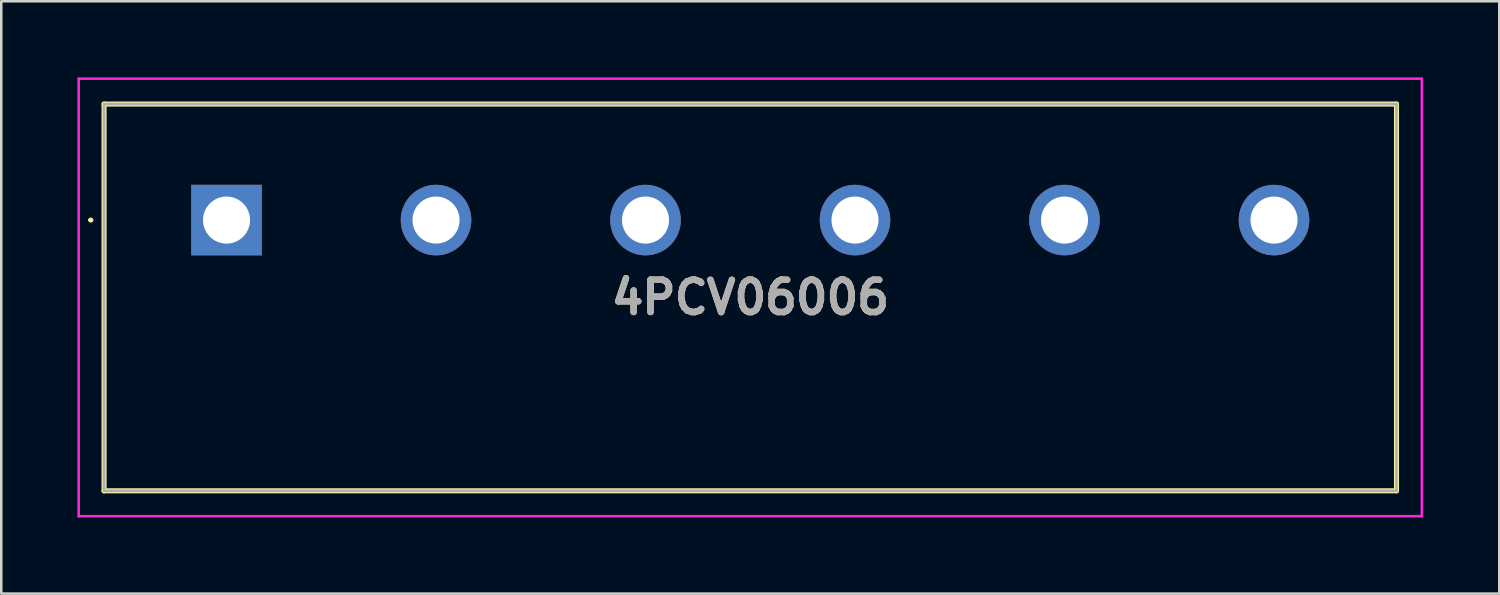
<source format=kicad_pcb>
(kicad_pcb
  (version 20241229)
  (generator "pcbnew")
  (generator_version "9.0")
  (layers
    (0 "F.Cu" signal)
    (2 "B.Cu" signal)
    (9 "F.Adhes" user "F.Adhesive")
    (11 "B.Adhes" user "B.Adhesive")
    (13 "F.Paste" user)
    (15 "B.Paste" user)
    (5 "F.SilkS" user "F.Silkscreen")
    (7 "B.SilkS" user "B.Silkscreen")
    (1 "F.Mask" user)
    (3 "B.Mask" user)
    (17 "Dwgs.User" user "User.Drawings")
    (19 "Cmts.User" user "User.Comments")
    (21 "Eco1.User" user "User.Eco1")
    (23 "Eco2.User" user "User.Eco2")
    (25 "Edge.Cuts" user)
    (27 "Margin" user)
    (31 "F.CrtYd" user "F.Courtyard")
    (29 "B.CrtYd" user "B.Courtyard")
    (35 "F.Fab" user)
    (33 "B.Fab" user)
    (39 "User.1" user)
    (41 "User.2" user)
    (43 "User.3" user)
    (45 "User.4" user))
  (footprint "4PCV06006"
    (layer "F.Cu")
    (at 5.876 5.622)
    (property "Reference" "4PCV06006" (at 20.638 3.048 0) (layer "F.SilkS") (effects (font (size 1.27 1.27) (thickness 0.254))))
    (attr through_hole)
    (fp_line (start -5.4 0) (end -5.4 0) (stroke (width 0.1) (type solid)) (layer "F.SilkS"))
    (fp_line (start -5.3 0) (end -5.3 0) (stroke (width 0.1) (type solid)) (layer "F.SilkS"))
    (fp_line (start -4.826 -4.572) (end -4.826 10.668) (stroke (width 0.2) (type solid)) (layer "F.SilkS"))
    (fp_line (start -4.826 10.668) (end 46.101 10.668) (stroke (width 0.2) (type solid)) (layer "F.SilkS"))
    (fp_line (start 46.101 -4.572) (end -4.826 -4.572) (stroke (width 0.2) (type solid)) (layer "F.SilkS"))
    (fp_line (start 46.101 10.668) (end 46.101 -4.572) (stroke (width 0.2) (type solid)) (layer "F.SilkS"))
    (fp_arc (start -5.4 0) (mid -5.35 -0.05) (end -5.3 0) (stroke (width 0.1) (type solid)) (layer "F.SilkS"))
    (fp_arc (start -5.3 0) (mid -5.35 0.05) (end -5.4 0) (stroke (width 0.1) (type solid)) (layer "F.SilkS"))
    (fp_line (start -5.826 -5.572) (end -5.826 11.668) (stroke (width 0.1) (type solid)) (layer "F.CrtYd"))
    (fp_line (start -5.826 11.668) (end 47.101 11.668) (stroke (width 0.1) (type solid)) (layer "F.CrtYd"))
    (fp_line (start 47.101 -5.572) (end -5.826 -5.572) (stroke (width 0.1) (type solid)) (layer "F.CrtYd"))
    (fp_line (start 47.101 11.668) (end 47.101 -5.572) (stroke (width 0.1) (type solid)) (layer "F.CrtYd"))
    (fp_line (start -4.826 -4.572) (end -4.826 10.668) (stroke (width 0.1) (type solid)) (layer "F.Fab"))
    (fp_line (start -4.826 10.668) (end 46.101 10.668) (stroke (width 0.1) (type solid)) (layer "F.Fab"))
    (fp_line (start 46.101 -4.572) (end -4.826 -4.572) (stroke (width 0.1) (type solid)) (layer "F.Fab"))
    (fp_line (start 46.101 10.668) (end 46.101 -4.572) (stroke (width 0.1) (type solid)) (layer "F.Fab"))
    (fp_text user "${REFERENCE}" (at 20.638 3.048 0) (layer "F.Fab") (effects (font (size 1.27 1.27) (thickness 0.254))))
    (pad "1" thru_hole rect (at 0 0) (size 2.781 2.781) (drill 1.854) (layers "*.Cu" "*.Mask"))
    (pad "2" thru_hole circle (at 8.255 0) (size 2.781 2.781) (drill 1.854) (layers "*.Cu" "*.Mask"))
    (pad "3" thru_hole circle (at 16.51 0) (size 2.781 2.781) (drill 1.854) (layers "*.Cu" "*.Mask"))
    (pad "4" thru_hole circle (at 24.765 0) (size 2.781 2.781) (drill 1.854) (layers "*.Cu" "*.Mask"))
    (pad "5" thru_hole circle (at 33.02 0) (size 2.781 2.781) (drill 1.854) (layers "*.Cu" "*.Mask"))
    (pad "6" thru_hole circle (at 41.275 0) (size 2.781 2.781) (drill 1.854) (layers "*.Cu" "*.Mask")))
  (gr_rect
    (start -3 -3)
    (end 56.027 20.34)
    (stroke (width 0.1) (type default))
    (fill no)
    (layer "Edge.Cuts")))
</source>
